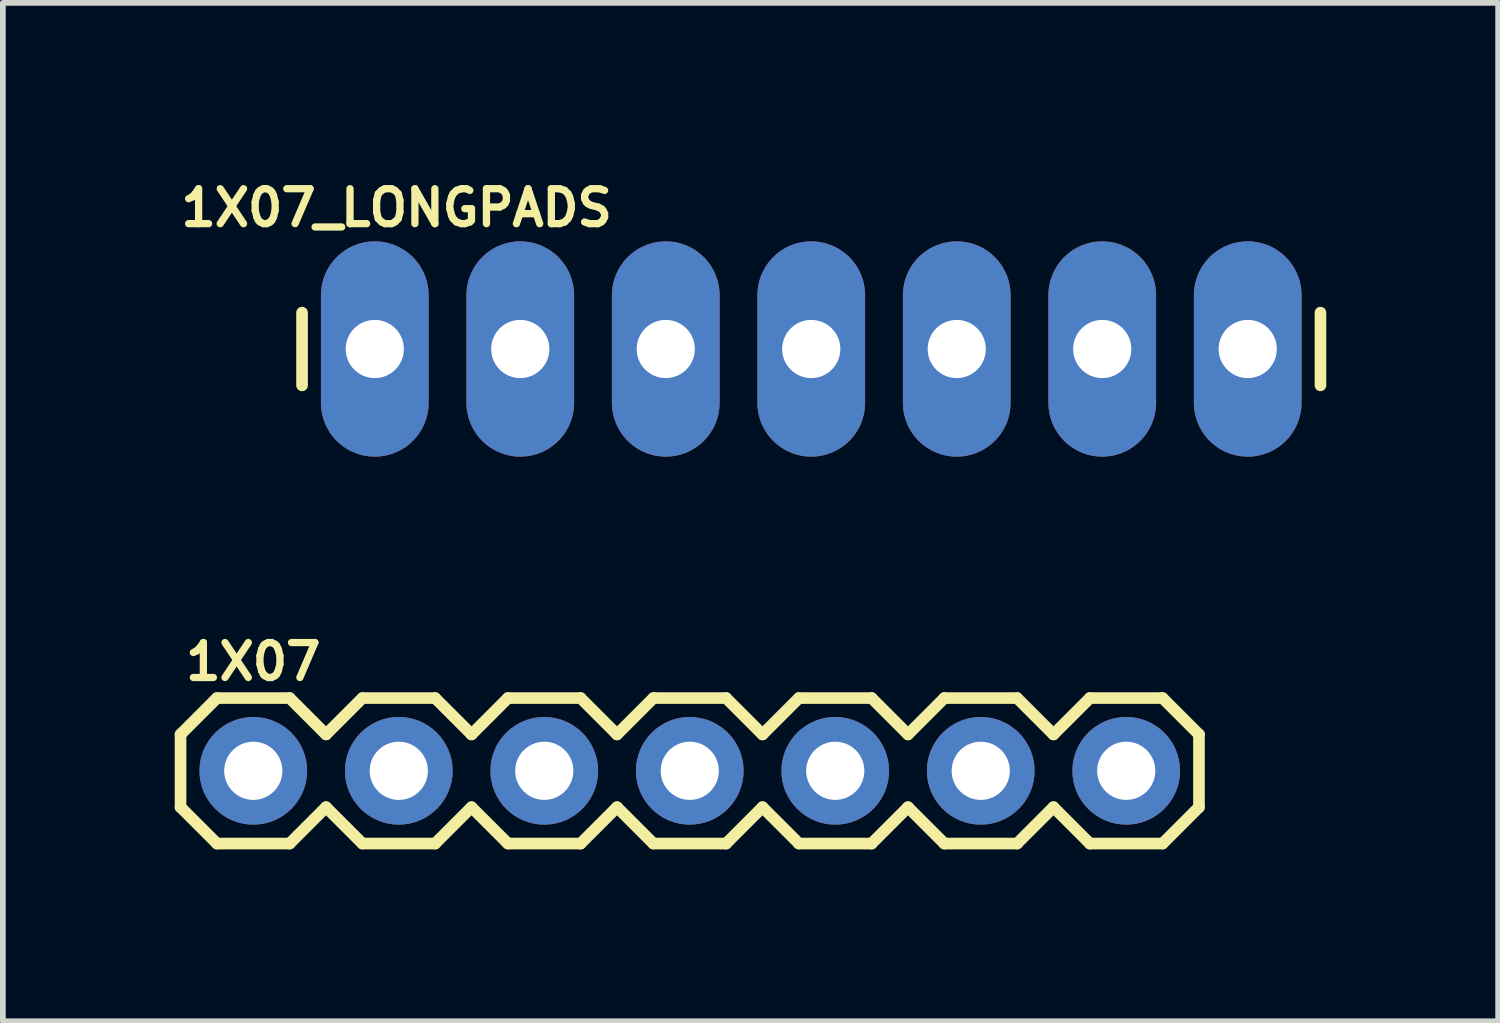
<source format=kicad_pcb>
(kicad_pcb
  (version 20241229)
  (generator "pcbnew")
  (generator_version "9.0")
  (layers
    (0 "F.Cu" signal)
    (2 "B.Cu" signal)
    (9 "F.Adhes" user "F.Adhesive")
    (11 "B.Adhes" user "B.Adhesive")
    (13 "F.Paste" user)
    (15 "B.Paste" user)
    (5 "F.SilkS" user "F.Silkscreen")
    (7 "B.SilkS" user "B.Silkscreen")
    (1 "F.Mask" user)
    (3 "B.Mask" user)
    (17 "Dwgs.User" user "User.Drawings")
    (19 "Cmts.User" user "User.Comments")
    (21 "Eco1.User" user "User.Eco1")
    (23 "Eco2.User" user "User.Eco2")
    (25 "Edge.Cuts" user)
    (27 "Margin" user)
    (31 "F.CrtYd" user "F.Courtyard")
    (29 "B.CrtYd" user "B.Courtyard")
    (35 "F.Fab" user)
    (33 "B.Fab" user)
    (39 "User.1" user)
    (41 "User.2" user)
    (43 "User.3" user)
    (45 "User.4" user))
  (footprint "1X07_LONGPADS"
    (layer "F.Cu")
    (at 3.493 3.043)
    (property "Reference" "1X07_LONGPADS" (at 0.381 -2.464 0) (layer "F.SilkS") (effects (font (size 0.61 0.61) (thickness 0.127))))
    (attr exclude_from_pos_files exclude_from_bom)
    (fp_line (start -1.27 -0.635) (end -1.27 0.635) (stroke (width 0.203) (type solid)) (layer "F.SilkS"))
    (fp_line (start 16.51 -0.635) (end 16.51 0.635) (stroke (width 0.203) (type solid)) (layer "F.SilkS"))
    (fp_line (start -0.254 -0.254) (end 0.254 -0.254) (stroke (width 0.066) (type solid)) (layer "Dwgs.User"))
    (fp_line (start -0.254 0.254) (end -0.254 -0.254) (stroke (width 0.066) (type solid)) (layer "Dwgs.User"))
    (fp_line (start -0.254 0.254) (end 0.254 0.254) (stroke (width 0.066) (type solid)) (layer "Dwgs.User"))
    (fp_line (start 0.254 0.254) (end 0.254 -0.254) (stroke (width 0.066) (type solid)) (layer "Dwgs.User"))
    (fp_line (start 2.286 -0.254) (end 2.794 -0.254) (stroke (width 0.066) (type solid)) (layer "Dwgs.User"))
    (fp_line (start 2.286 0.254) (end 2.286 -0.254) (stroke (width 0.066) (type solid)) (layer "Dwgs.User"))
    (fp_line (start 2.286 0.254) (end 2.794 0.254) (stroke (width 0.066) (type solid)) (layer "Dwgs.User"))
    (fp_line (start 2.794 0.254) (end 2.794 -0.254) (stroke (width 0.066) (type solid)) (layer "Dwgs.User"))
    (fp_line (start 4.826 -0.254) (end 5.334 -0.254) (stroke (width 0.066) (type solid)) (layer "Dwgs.User"))
    (fp_line (start 4.826 0.254) (end 4.826 -0.254) (stroke (width 0.066) (type solid)) (layer "Dwgs.User"))
    (fp_line (start 4.826 0.254) (end 5.334 0.254) (stroke (width 0.066) (type solid)) (layer "Dwgs.User"))
    (fp_line (start 5.334 0.254) (end 5.334 -0.254) (stroke (width 0.066) (type solid)) (layer "Dwgs.User"))
    (fp_line (start 7.366 -0.254) (end 7.874 -0.254) (stroke (width 0.066) (type solid)) (layer "Dwgs.User"))
    (fp_line (start 7.366 0.254) (end 7.366 -0.254) (stroke (width 0.066) (type solid)) (layer "Dwgs.User"))
    (fp_line (start 7.366 0.254) (end 7.874 0.254) (stroke (width 0.066) (type solid)) (layer "Dwgs.User"))
    (fp_line (start 7.874 0.254) (end 7.874 -0.254) (stroke (width 0.066) (type solid)) (layer "Dwgs.User"))
    (fp_line (start 9.906 -0.254) (end 10.414 -0.254) (stroke (width 0.066) (type solid)) (layer "Dwgs.User"))
    (fp_line (start 9.906 0.254) (end 9.906 -0.254) (stroke (width 0.066) (type solid)) (layer "Dwgs.User"))
    (fp_line (start 9.906 0.254) (end 10.414 0.254) (stroke (width 0.066) (type solid)) (layer "Dwgs.User"))
    (fp_line (start 10.414 0.254) (end 10.414 -0.254) (stroke (width 0.066) (type solid)) (layer "Dwgs.User"))
    (fp_line (start 12.446 -0.254) (end 12.954 -0.254) (stroke (width 0.066) (type solid)) (layer "Dwgs.User"))
    (fp_line (start 12.446 0.254) (end 12.446 -0.254) (stroke (width 0.066) (type solid)) (layer "Dwgs.User"))
    (fp_line (start 12.446 0.254) (end 12.954 0.254) (stroke (width 0.066) (type solid)) (layer "Dwgs.User"))
    (fp_line (start 12.954 0.254) (end 12.954 -0.254) (stroke (width 0.066) (type solid)) (layer "Dwgs.User"))
    (fp_line (start 14.986 -0.254) (end 15.494 -0.254) (stroke (width 0.066) (type solid)) (layer "Dwgs.User"))
    (fp_line (start 14.986 0.254) (end 14.986 -0.254) (stroke (width 0.066) (type solid)) (layer "Dwgs.User"))
    (fp_line (start 14.986 0.254) (end 15.494 0.254) (stroke (width 0.066) (type solid)) (layer "Dwgs.User"))
    (fp_line (start 15.494 0.254) (end 15.494 -0.254) (stroke (width 0.066) (type solid)) (layer "Dwgs.User"))
    (pad "1" thru_hole oval (at 0 0 180) (size 1.88 3.759) (drill 1.016) (layers "*.Cu" "*.Paste" "*.Mask"))
    (pad "2" thru_hole oval (at 2.54 0 180) (size 1.88 3.759) (drill 1.016) (layers "*.Cu" "*.Paste" "*.Mask"))
    (pad "3" thru_hole oval (at 5.08 0 180) (size 1.88 3.759) (drill 1.016) (layers "*.Cu" "*.Paste" "*.Mask"))
    (pad "4" thru_hole oval (at 7.62 0 180) (size 1.88 3.759) (drill 1.016) (layers "*.Cu" "*.Paste" "*.Mask"))
    (pad "5" thru_hole oval (at 10.16 0 180) (size 1.88 3.759) (drill 1.016) (layers "*.Cu" "*.Paste" "*.Mask"))
    (pad "6" thru_hole oval (at 12.7 0 180) (size 1.88 3.759) (drill 1.016) (layers "*.Cu" "*.Paste" "*.Mask"))
    (pad "7" thru_hole oval (at 15.24 0 180) (size 1.88 3.759) (drill 1.016) (layers "*.Cu" "*.Paste" "*.Mask")))
  (footprint "1X07"
    (layer "F.Cu")
    (at 1.372 10.407)
    (property "Reference" "1X07" (at 0 -1.905 0) (layer "F.SilkS") (effects (font (size 0.61 0.61) (thickness 0.127))))
    (attr exclude_from_pos_files exclude_from_bom)
    (fp_line (start -1.27 -0.635) (end -1.27 0.635) (stroke (width 0.203) (type solid)) (layer "F.SilkS"))
    (fp_line (start -1.27 0.635) (end -0.635 1.27) (stroke (width 0.203) (type solid)) (layer "F.SilkS"))
    (fp_line (start -0.635 -1.27) (end -1.27 -0.635) (stroke (width 0.203) (type solid)) (layer "F.SilkS"))
    (fp_line (start -0.635 -1.27) (end 0.635 -1.27) (stroke (width 0.203) (type solid)) (layer "F.SilkS"))
    (fp_line (start 0.635 -1.27) (end 1.27 -0.635) (stroke (width 0.203) (type solid)) (layer "F.SilkS"))
    (fp_line (start 0.635 1.27) (end -0.635 1.27) (stroke (width 0.203) (type solid)) (layer "F.SilkS"))
    (fp_line (start 1.27 -0.635) (end 1.905 -1.27) (stroke (width 0.203) (type solid)) (layer "F.SilkS"))
    (fp_line (start 1.27 0.635) (end 0.635 1.27) (stroke (width 0.203) (type solid)) (layer "F.SilkS"))
    (fp_line (start 1.905 -1.27) (end 3.175 -1.27) (stroke (width 0.203) (type solid)) (layer "F.SilkS"))
    (fp_line (start 1.905 1.27) (end 1.27 0.635) (stroke (width 0.203) (type solid)) (layer "F.SilkS"))
    (fp_line (start 3.175 -1.27) (end 3.81 -0.635) (stroke (width 0.203) (type solid)) (layer "F.SilkS"))
    (fp_line (start 3.175 1.27) (end 1.905 1.27) (stroke (width 0.203) (type solid)) (layer "F.SilkS"))
    (fp_line (start 3.81 -0.635) (end 4.445 -1.27) (stroke (width 0.203) (type solid)) (layer "F.SilkS"))
    (fp_line (start 3.81 0.635) (end 3.175 1.27) (stroke (width 0.203) (type solid)) (layer "F.SilkS"))
    (fp_line (start 4.445 -1.27) (end 5.715 -1.27) (stroke (width 0.203) (type solid)) (layer "F.SilkS"))
    (fp_line (start 4.445 1.27) (end 3.81 0.635) (stroke (width 0.203) (type solid)) (layer "F.SilkS"))
    (fp_line (start 5.715 -1.27) (end 6.35 -0.635) (stroke (width 0.203) (type solid)) (layer "F.SilkS"))
    (fp_line (start 5.715 1.27) (end 4.445 1.27) (stroke (width 0.203) (type solid)) (layer "F.SilkS"))
    (fp_line (start 6.35 0.635) (end 5.715 1.27) (stroke (width 0.203) (type solid)) (layer "F.SilkS"))
    (fp_line (start 6.35 0.635) (end 6.985 1.27) (stroke (width 0.203) (type solid)) (layer "F.SilkS"))
    (fp_line (start 6.985 -1.27) (end 6.35 -0.635) (stroke (width 0.203) (type solid)) (layer "F.SilkS"))
    (fp_line (start 6.985 -1.27) (end 8.255 -1.27) (stroke (width 0.203) (type solid)) (layer "F.SilkS"))
    (fp_line (start 8.255 -1.27) (end 8.89 -0.635) (stroke (width 0.203) (type solid)) (layer "F.SilkS"))
    (fp_line (start 8.255 1.27) (end 6.985 1.27) (stroke (width 0.203) (type solid)) (layer "F.SilkS"))
    (fp_line (start 8.89 -0.635) (end 9.525 -1.27) (stroke (width 0.203) (type solid)) (layer "F.SilkS"))
    (fp_line (start 8.89 0.635) (end 8.255 1.27) (stroke (width 0.203) (type solid)) (layer "F.SilkS"))
    (fp_line (start 9.525 -1.27) (end 10.795 -1.27) (stroke (width 0.203) (type solid)) (layer "F.SilkS"))
    (fp_line (start 9.525 1.27) (end 8.89 0.635) (stroke (width 0.203) (type solid)) (layer "F.SilkS"))
    (fp_line (start 10.795 -1.27) (end 11.43 -0.635) (stroke (width 0.203) (type solid)) (layer "F.SilkS"))
    (fp_line (start 10.795 1.27) (end 9.525 1.27) (stroke (width 0.203) (type solid)) (layer "F.SilkS"))
    (fp_line (start 11.43 -0.635) (end 12.065 -1.27) (stroke (width 0.203) (type solid)) (layer "F.SilkS"))
    (fp_line (start 11.43 0.635) (end 10.795 1.27) (stroke (width 0.203) (type solid)) (layer "F.SilkS"))
    (fp_line (start 12.065 -1.27) (end 13.335 -1.27) (stroke (width 0.203) (type solid)) (layer "F.SilkS"))
    (fp_line (start 12.065 1.27) (end 11.43 0.635) (stroke (width 0.203) (type solid)) (layer "F.SilkS"))
    (fp_line (start 13.335 -1.27) (end 13.97 -0.635) (stroke (width 0.203) (type solid)) (layer "F.SilkS"))
    (fp_line (start 13.335 1.27) (end 12.065 1.27) (stroke (width 0.203) (type solid)) (layer "F.SilkS"))
    (fp_line (start 13.97 0.635) (end 13.335 1.27) (stroke (width 0.203) (type solid)) (layer "F.SilkS"))
    (fp_line (start 13.97 0.635) (end 14.605 1.27) (stroke (width 0.203) (type solid)) (layer "F.SilkS"))
    (fp_line (start 14.605 -1.27) (end 13.97 -0.635) (stroke (width 0.203) (type solid)) (layer "F.SilkS"))
    (fp_line (start 14.605 -1.27) (end 15.875 -1.27) (stroke (width 0.203) (type solid)) (layer "F.SilkS"))
    (fp_line (start 15.875 -1.27) (end 16.51 -0.635) (stroke (width 0.203) (type solid)) (layer "F.SilkS"))
    (fp_line (start 15.875 1.27) (end 14.605 1.27) (stroke (width 0.203) (type solid)) (layer "F.SilkS"))
    (fp_line (start 16.51 -0.635) (end 16.51 0.635) (stroke (width 0.203) (type solid)) (layer "F.SilkS"))
    (fp_line (start 16.51 0.635) (end 15.875 1.27) (stroke (width 0.203) (type solid)) (layer "F.SilkS"))
    (pad "1" thru_hole circle (at 0 0) (size 1.88 1.88) (drill 1.016) (layers "*.Cu" "*.Paste" "*.Mask"))
    (pad "2" thru_hole circle (at 2.54 0) (size 1.88 1.88) (drill 1.016) (layers "*.Cu" "*.Paste" "*.Mask"))
    (pad "3" thru_hole circle (at 5.08 0) (size 1.88 1.88) (drill 1.016) (layers "*.Cu" "*.Paste" "*.Mask"))
    (pad "4" thru_hole circle (at 7.62 0) (size 1.88 1.88) (drill 1.016) (layers "*.Cu" "*.Paste" "*.Mask"))
    (pad "5" thru_hole circle (at 10.16 0) (size 1.88 1.88) (drill 1.016) (layers "*.Cu" "*.Paste" "*.Mask"))
    (pad "6" thru_hole circle (at 12.7 0) (size 1.88 1.88) (drill 1.016) (layers "*.Cu" "*.Paste" "*.Mask"))
    (pad "7" thru_hole circle (at 15.24 0) (size 1.88 1.88) (drill 1.016) (layers "*.Cu" "*.Paste" "*.Mask")))
  (gr_rect
    (start -3 -3)
    (end 23.105 14.779)
    (stroke (width 0.1) (type default))
    (fill no)
    (layer "Edge.Cuts")))
</source>
